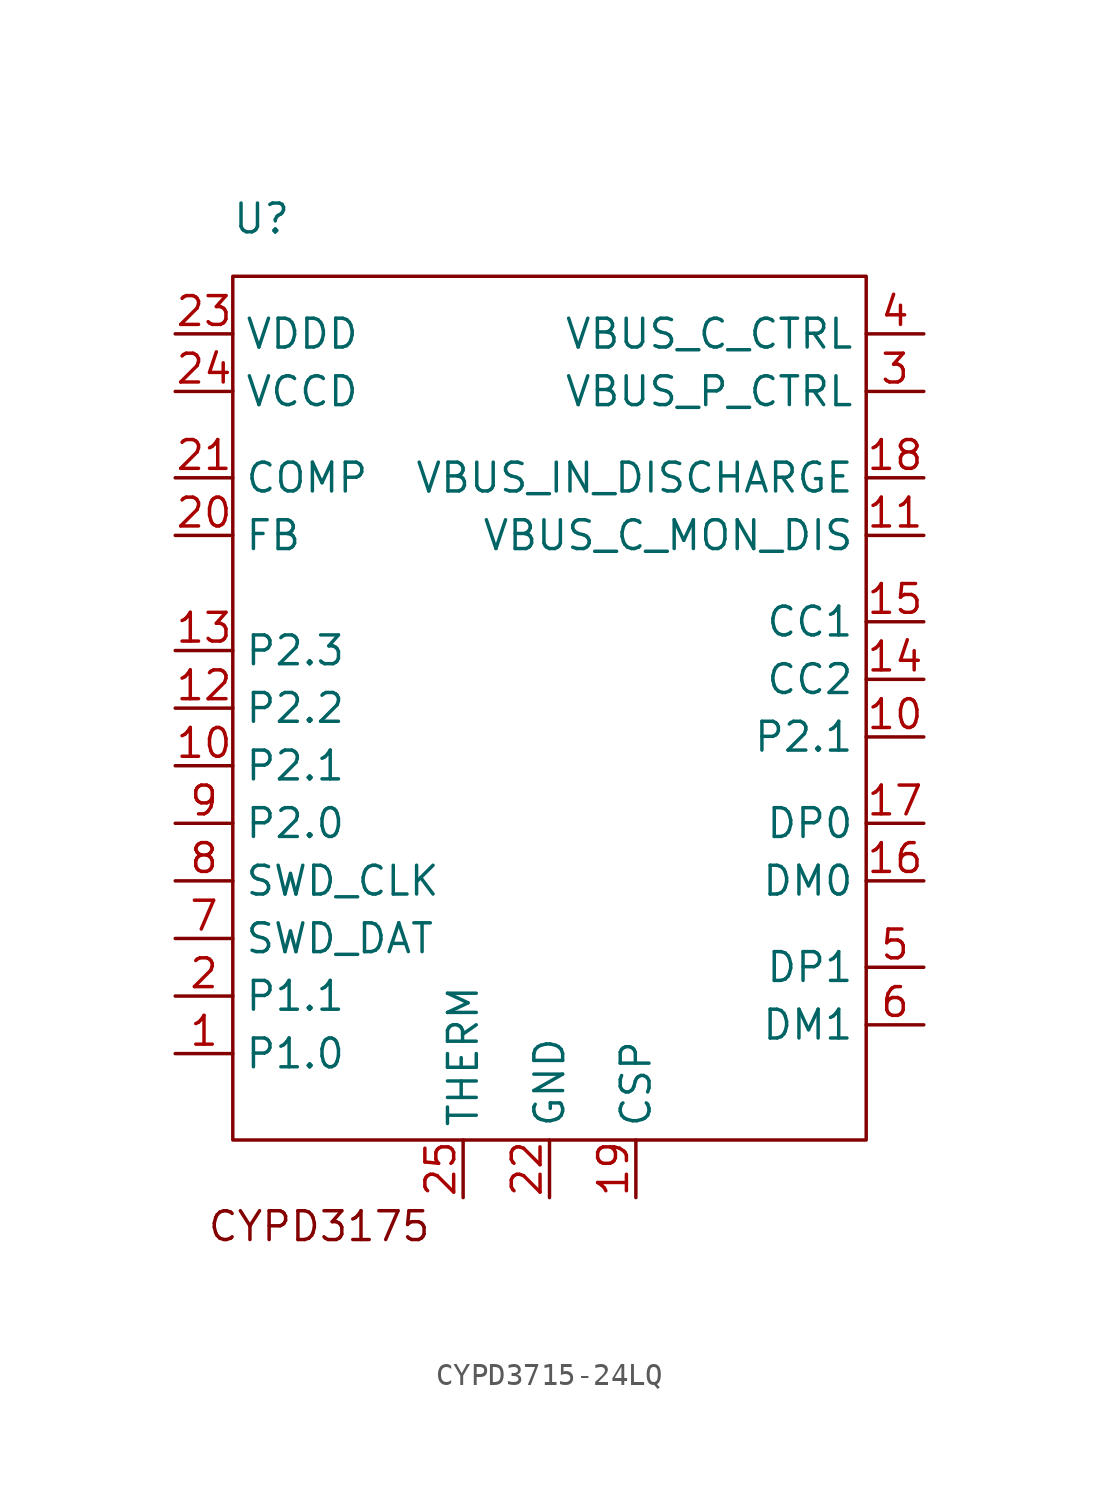
<source format=kicad_sym>
(kicad_symbol_lib
  (version 20220914)
  (generator kicad_symbol_editor)
  (symbol "CYPD3715-24LQ"
    (property "Reference" "U"
      (at -12.7 21.59 0)
      (effects (font (size 1.27 1.27))))
    (property "Value" ""
      (at -12.7 21.59 0)
      (effects (font (size 1.27 1.27))))
    (symbol "CYPD3715-24LQ_1_1"
      (rectangle (start -13.97 19.05) (end 13.97 -19.05) (stroke (width 0) (type default)) (fill (type none)))
      (text "CYPD3175" (at -10.16 -22.86 0) (effects (font (size 1.27 1.27))))
      (pin bidirectional line (at -16.51 -15.24 0) (length 2.54) (name "P1.0" (effects (font (size 1.27 1.27)))) (number "1" (effects (font (size 1.27 1.27)))))
      (pin bidirectional line (at -16.51 -2.54 0) (length 2.54) (name "P2.1" (effects (font (size 1.27 1.27)))) (number "10" (effects (font (size 1.27 1.27)))))
      (pin bidirectional line (at 16.51 -1.27 180) (length 2.54) (name "P2.1" (effects (font (size 1.27 1.27)))) (number "10" (effects (font (size 1.27 1.27)))))
      (pin input line (at 16.51 7.62 180) (length 2.54) (name "VBUS_C_MON_DIS" (effects (font (size 1.27 1.27)))) (number "11" (effects (font (size 1.27 1.27)))))
      (pin bidirectional line (at -16.51 0 0) (length 2.54) (name "P2.2" (effects (font (size 1.27 1.27)))) (number "12" (effects (font (size 1.27 1.27)))))
      (pin bidirectional line (at -16.51 2.54 0) (length 2.54) (name "P2.3" (effects (font (size 1.27 1.27)))) (number "13" (effects (font (size 1.27 1.27)))))
      (pin bidirectional line (at 16.51 1.27 180) (length 2.54) (name "CC2" (effects (font (size 1.27 1.27)))) (number "14" (effects (font (size 1.27 1.27)))))
      (pin bidirectional line (at 16.51 3.81 180) (length 2.54) (name "CC1" (effects (font (size 1.27 1.27)))) (number "15" (effects (font (size 1.27 1.27)))))
      (pin bidirectional line (at 16.51 -7.62 180) (length 2.54) (name "DM0" (effects (font (size 1.27 1.27)))) (number "16" (effects (font (size 1.27 1.27)))))
      (pin bidirectional line (at 16.51 -5.08 180) (length 2.54) (name "DP0" (effects (font (size 1.27 1.27)))) (number "17" (effects (font (size 1.27 1.27)))))
      (pin input line (at 16.51 10.16 180) (length 2.54) (name "VBUS_IN_DISCHARGE" (effects (font (size 1.27 1.27)))) (number "18" (effects (font (size 1.27 1.27)))))
      (pin input line (at 3.81 -21.59 90) (length 2.54) (name "CSP" (effects (font (size 1.27 1.27)))) (number "19" (effects (font (size 1.27 1.27)))))
      (pin bidirectional line (at -16.51 -12.7 0) (length 2.54) (name "P1.1" (effects (font (size 1.27 1.27)))) (number "2" (effects (font (size 1.27 1.27)))))
      (pin output line (at -16.51 7.62 0) (length 2.54) (name "FB" (effects (font (size 1.27 1.27)))) (number "20" (effects (font (size 1.27 1.27)))))
      (pin output line (at -16.51 10.16 0) (length 2.54) (name "COMP" (effects (font (size 1.27 1.27)))) (number "21" (effects (font (size 1.27 1.27)))))
      (pin power_in line (at 0 -21.59 90) (length 2.54) (name "GND" (effects (font (size 1.27 1.27)))) (number "22" (effects (font (size 1.27 1.27)))))
      (pin power_in line (at -16.51 16.51 0) (length 2.54) (name "VDDD" (effects (font (size 1.27 1.27)))) (number "23" (effects (font (size 1.27 1.27)))))
      (pin power_out line (at -16.51 13.97 0) (length 2.54) (name "VCCD" (effects (font (size 1.27 1.27)))) (number "24" (effects (font (size 1.27 1.27)))))
      (pin passive line (at -3.81 -21.59 90) (length 2.54) (name "THERM" (effects (font (size 1.27 1.27)))) (number "25" (effects (font (size 1.27 1.27)))))
      (pin output line (at 16.51 13.97 180) (length 2.54) (name "VBUS_P_CTRL" (effects (font (size 1.27 1.27)))) (number "3" (effects (font (size 1.27 1.27)))))
      (pin output line (at 16.51 16.51 180) (length 2.54) (name "VBUS_C_CTRL" (effects (font (size 1.27 1.27)))) (number "4" (effects (font (size 1.27 1.27)))))
      (pin bidirectional line (at 16.51 -11.43 180) (length 2.54) (name "DP1" (effects (font (size 1.27 1.27)))) (number "5" (effects (font (size 1.27 1.27)))))
      (pin bidirectional line (at 16.51 -13.97 180) (length 2.54) (name "DM1" (effects (font (size 1.27 1.27)))) (number "6" (effects (font (size 1.27 1.27)))))
      (pin bidirectional line (at -16.51 -10.16 0) (length 2.54) (name "SWD_DAT" (effects (font (size 1.27 1.27)))) (number "7" (effects (font (size 1.27 1.27)))))
      (pin bidirectional line (at -16.51 -7.62 0) (length 2.54) (name "SWD_CLK" (effects (font (size 1.27 1.27)))) (number "8" (effects (font (size 1.27 1.27)))))
      (pin bidirectional line (at -16.51 -5.08 0) (length 2.54) (name "P2.0" (effects (font (size 1.27 1.27)))) (number "9" (effects (font (size 1.27 1.27))))))))
</source>
